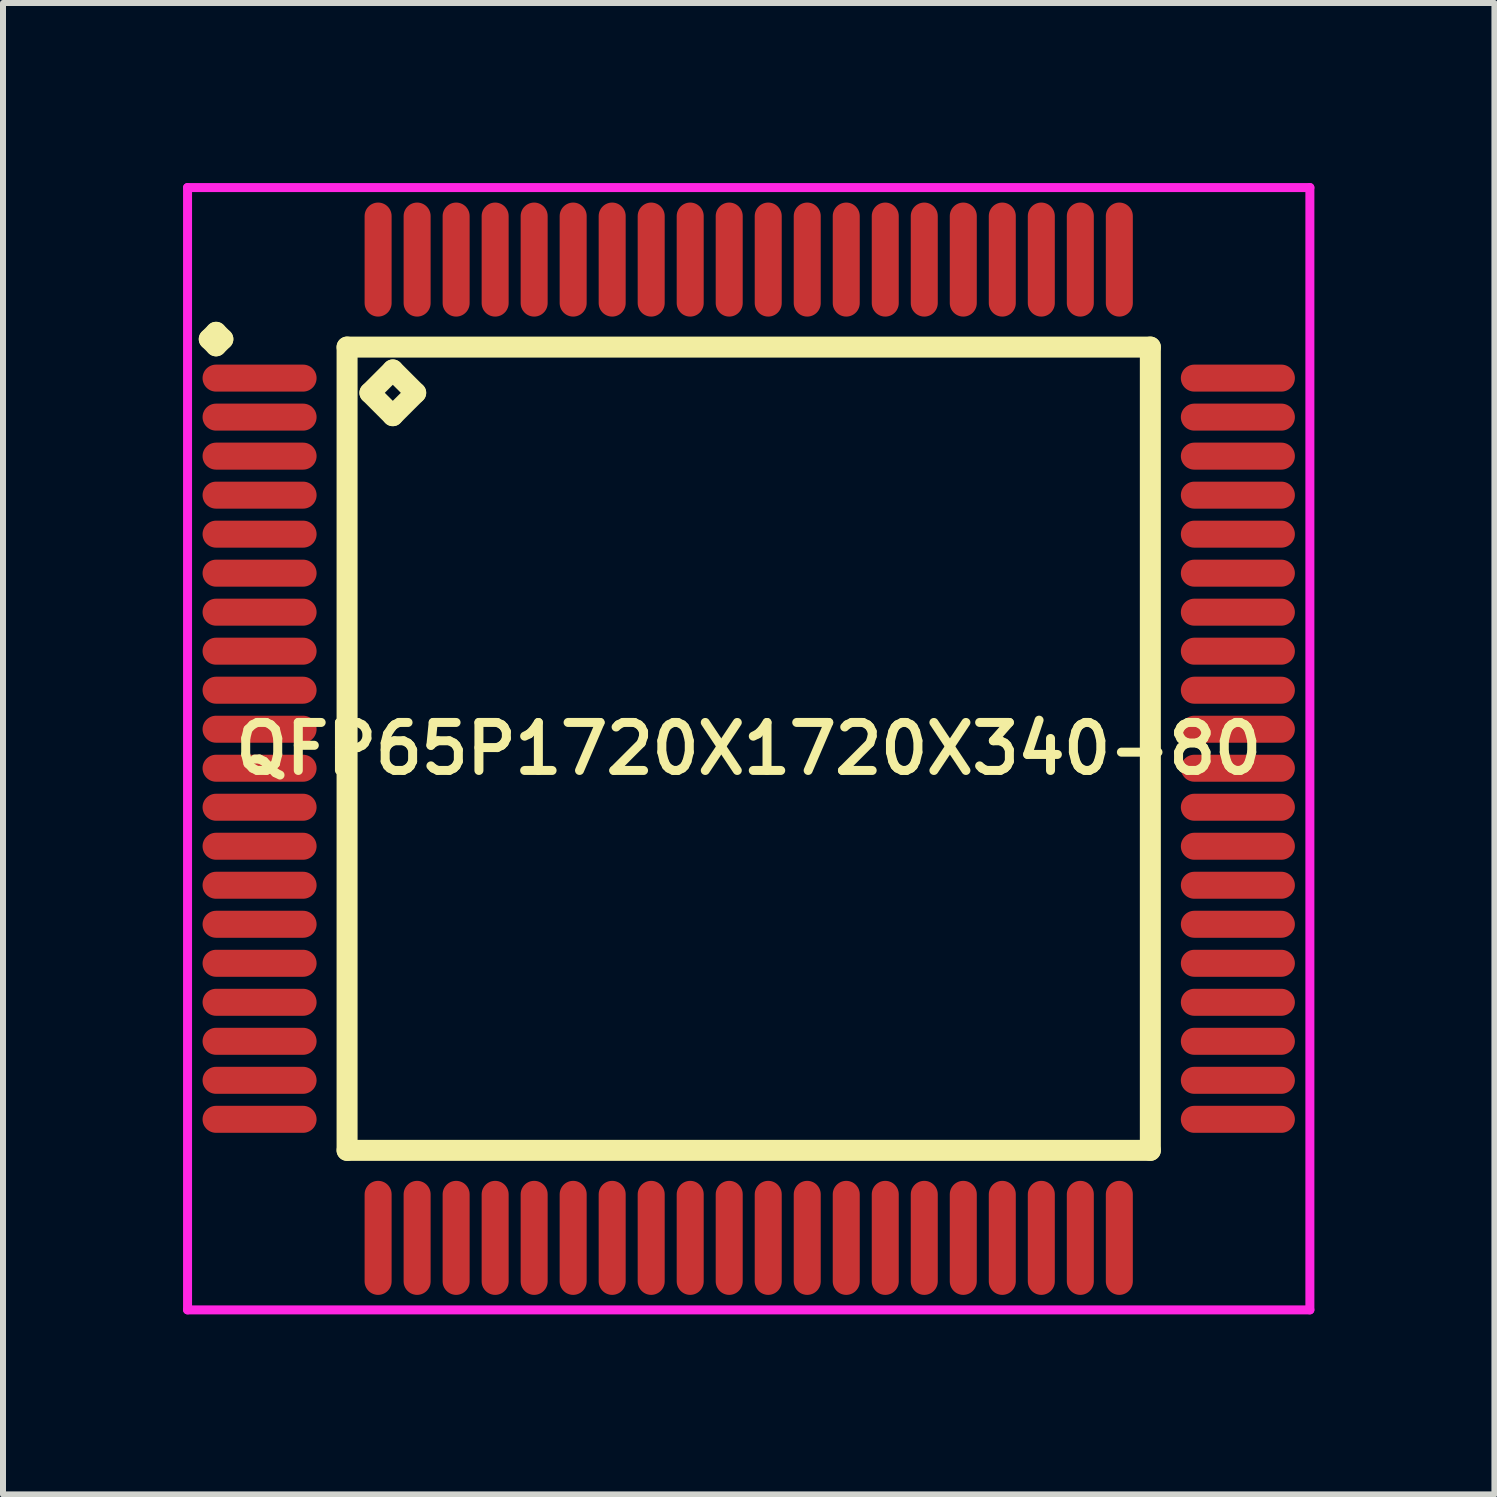
<source format=kicad_pcb>
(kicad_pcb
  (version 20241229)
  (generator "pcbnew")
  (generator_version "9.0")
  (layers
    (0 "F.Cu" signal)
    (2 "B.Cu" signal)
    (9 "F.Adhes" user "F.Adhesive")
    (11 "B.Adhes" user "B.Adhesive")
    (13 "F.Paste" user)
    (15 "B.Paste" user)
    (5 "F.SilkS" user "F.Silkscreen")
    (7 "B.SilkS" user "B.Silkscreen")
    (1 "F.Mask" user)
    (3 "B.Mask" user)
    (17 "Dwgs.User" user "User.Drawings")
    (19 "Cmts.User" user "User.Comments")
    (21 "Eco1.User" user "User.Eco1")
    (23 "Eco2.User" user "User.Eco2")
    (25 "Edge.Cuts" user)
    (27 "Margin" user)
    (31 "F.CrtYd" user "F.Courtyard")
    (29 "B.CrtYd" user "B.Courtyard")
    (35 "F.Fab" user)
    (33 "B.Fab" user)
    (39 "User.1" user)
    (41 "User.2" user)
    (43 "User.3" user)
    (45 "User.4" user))
  (footprint "QFP65P1720X1720X340-80"
    (layer "F.Cu")
    (at 9.425 9.425)
    (property "Reference" "QFP65P1720X1720X340-80" (at 0 0 0) (layer "F.SilkS") (effects (font (size 0.8 0.8) (thickness 0.15))))
    (attr smd)
    (fp_line (start -8.988 -6.825) (end -8.875 -6.938) (stroke (width 0.35) (type solid)) (layer "F.SilkS"))
    (fp_line (start -8.875 -6.938) (end -8.762 -6.825) (stroke (width 0.35) (type solid)) (layer "F.SilkS"))
    (fp_line (start -8.875 -6.713) (end -8.988 -6.825) (stroke (width 0.35) (type solid)) (layer "F.SilkS"))
    (fp_line (start -8.762 -6.825) (end -8.875 -6.713) (stroke (width 0.35) (type solid)) (layer "F.SilkS"))
    (fp_line (start -6.692 -6.692) (end -6.692 6.692) (stroke (width 0.35) (type solid)) (layer "F.SilkS"))
    (fp_line (start -6.692 6.692) (end 6.692 6.692) (stroke (width 0.35) (type solid)) (layer "F.SilkS"))
    (fp_line (start -6.311 -5.93) (end -5.93 -6.311) (stroke (width 0.35) (type solid)) (layer "F.SilkS"))
    (fp_line (start -5.93 -6.311) (end -5.549 -5.93) (stroke (width 0.35) (type solid)) (layer "F.SilkS"))
    (fp_line (start -5.93 -5.549) (end -6.311 -5.93) (stroke (width 0.35) (type solid)) (layer "F.SilkS"))
    (fp_line (start -5.549 -5.93) (end -5.93 -5.549) (stroke (width 0.35) (type solid)) (layer "F.SilkS"))
    (fp_line (start 6.692 -6.692) (end -6.692 -6.692) (stroke (width 0.35) (type solid)) (layer "F.SilkS"))
    (fp_line (start 6.692 6.692) (end 6.692 -6.692) (stroke (width 0.35) (type solid)) (layer "F.SilkS"))
    (fp_line (start -9.35 -9.35) (end 9.35 -9.35) (stroke (width 0.15) (type solid)) (layer "F.CrtYd"))
    (fp_line (start -9.35 9.35) (end -9.35 -9.35) (stroke (width 0.15) (type solid)) (layer "F.CrtYd"))
    (fp_line (start 9.35 -9.35) (end 9.35 9.35) (stroke (width 0.15) (type solid)) (layer "F.CrtYd"))
    (fp_line (start 9.35 9.35) (end -9.35 9.35) (stroke (width 0.15) (type solid)) (layer "F.CrtYd"))
    (pad "1" smd oval (at -8.15 -6.175) (size 1.9 0.45) (layers "F.Cu" "F.Mask" "F.Paste"))
    (pad "2" smd oval (at -8.15 -5.525) (size 1.9 0.45) (layers "F.Cu" "F.Mask" "F.Paste"))
    (pad "3" smd oval (at -8.15 -4.875) (size 1.9 0.45) (layers "F.Cu" "F.Mask" "F.Paste"))
    (pad "4" smd oval (at -8.15 -4.225) (size 1.9 0.45) (layers "F.Cu" "F.Mask" "F.Paste"))
    (pad "5" smd oval (at -8.15 -3.575) (size 1.9 0.45) (layers "F.Cu" "F.Mask" "F.Paste"))
    (pad "6" smd oval (at -8.15 -2.925) (size 1.9 0.45) (layers "F.Cu" "F.Mask" "F.Paste"))
    (pad "7" smd oval (at -8.15 -2.275) (size 1.9 0.45) (layers "F.Cu" "F.Mask" "F.Paste"))
    (pad "8" smd oval (at -8.15 -1.625) (size 1.9 0.45) (layers "F.Cu" "F.Mask" "F.Paste"))
    (pad "9" smd oval (at -8.15 -0.975) (size 1.9 0.45) (layers "F.Cu" "F.Mask" "F.Paste"))
    (pad "10" smd oval (at -8.15 -0.325) (size 1.9 0.45) (layers "F.Cu" "F.Mask" "F.Paste"))
    (pad "11" smd oval (at -8.15 0.325) (size 1.9 0.45) (layers "F.Cu" "F.Mask" "F.Paste"))
    (pad "12" smd oval (at -8.15 0.975) (size 1.9 0.45) (layers "F.Cu" "F.Mask" "F.Paste"))
    (pad "13" smd oval (at -8.15 1.625) (size 1.9 0.45) (layers "F.Cu" "F.Mask" "F.Paste"))
    (pad "14" smd oval (at -8.15 2.275) (size 1.9 0.45) (layers "F.Cu" "F.Mask" "F.Paste"))
    (pad "15" smd oval (at -8.15 2.925) (size 1.9 0.45) (layers "F.Cu" "F.Mask" "F.Paste"))
    (pad "16" smd oval (at -8.15 3.575) (size 1.9 0.45) (layers "F.Cu" "F.Mask" "F.Paste"))
    (pad "17" smd oval (at -8.15 4.225) (size 1.9 0.45) (layers "F.Cu" "F.Mask" "F.Paste"))
    (pad "18" smd oval (at -8.15 4.875) (size 1.9 0.45) (layers "F.Cu" "F.Mask" "F.Paste"))
    (pad "19" smd oval (at -8.15 5.525) (size 1.9 0.45) (layers "F.Cu" "F.Mask" "F.Paste"))
    (pad "20" smd oval (at -8.15 6.175) (size 1.9 0.45) (layers "F.Cu" "F.Mask" "F.Paste"))
    (pad "21" smd oval (at -6.175 8.15) (size 0.45 1.9) (layers "F.Cu" "F.Mask" "F.Paste"))
    (pad "22" smd oval (at -5.525 8.15) (size 0.45 1.9) (layers "F.Cu" "F.Mask" "F.Paste"))
    (pad "23" smd oval (at -4.875 8.15) (size 0.45 1.9) (layers "F.Cu" "F.Mask" "F.Paste"))
    (pad "24" smd oval (at -4.225 8.15) (size 0.45 1.9) (layers "F.Cu" "F.Mask" "F.Paste"))
    (pad "25" smd oval (at -3.575 8.15) (size 0.45 1.9) (layers "F.Cu" "F.Mask" "F.Paste"))
    (pad "26" smd oval (at -2.925 8.15) (size 0.45 1.9) (layers "F.Cu" "F.Mask" "F.Paste"))
    (pad "27" smd oval (at -2.275 8.15) (size 0.45 1.9) (layers "F.Cu" "F.Mask" "F.Paste"))
    (pad "28" smd oval (at -1.625 8.15) (size 0.45 1.9) (layers "F.Cu" "F.Mask" "F.Paste"))
    (pad "29" smd oval (at -0.975 8.15) (size 0.45 1.9) (layers "F.Cu" "F.Mask" "F.Paste"))
    (pad "30" smd oval (at -0.325 8.15) (size 0.45 1.9) (layers "F.Cu" "F.Mask" "F.Paste"))
    (pad "31" smd oval (at 0.325 8.15) (size 0.45 1.9) (layers "F.Cu" "F.Mask" "F.Paste"))
    (pad "32" smd oval (at 0.975 8.15) (size 0.45 1.9) (layers "F.Cu" "F.Mask" "F.Paste"))
    (pad "33" smd oval (at 1.625 8.15) (size 0.45 1.9) (layers "F.Cu" "F.Mask" "F.Paste"))
    (pad "34" smd oval (at 2.275 8.15) (size 0.45 1.9) (layers "F.Cu" "F.Mask" "F.Paste"))
    (pad "35" smd oval (at 2.925 8.15) (size 0.45 1.9) (layers "F.Cu" "F.Mask" "F.Paste"))
    (pad "36" smd oval (at 3.575 8.15) (size 0.45 1.9) (layers "F.Cu" "F.Mask" "F.Paste"))
    (pad "37" smd oval (at 4.225 8.15) (size 0.45 1.9) (layers "F.Cu" "F.Mask" "F.Paste"))
    (pad "38" smd oval (at 4.875 8.15) (size 0.45 1.9) (layers "F.Cu" "F.Mask" "F.Paste"))
    (pad "39" smd oval (at 5.525 8.15) (size 0.45 1.9) (layers "F.Cu" "F.Mask" "F.Paste"))
    (pad "40" smd oval (at 6.175 8.15) (size 0.45 1.9) (layers "F.Cu" "F.Mask" "F.Paste"))
    (pad "41" smd oval (at 8.15 6.175) (size 1.9 0.45) (layers "F.Cu" "F.Mask" "F.Paste"))
    (pad "42" smd oval (at 8.15 5.525) (size 1.9 0.45) (layers "F.Cu" "F.Mask" "F.Paste"))
    (pad "43" smd oval (at 8.15 4.875) (size 1.9 0.45) (layers "F.Cu" "F.Mask" "F.Paste"))
    (pad "44" smd oval (at 8.15 4.225) (size 1.9 0.45) (layers "F.Cu" "F.Mask" "F.Paste"))
    (pad "45" smd oval (at 8.15 3.575) (size 1.9 0.45) (layers "F.Cu" "F.Mask" "F.Paste"))
    (pad "46" smd oval (at 8.15 2.925) (size 1.9 0.45) (layers "F.Cu" "F.Mask" "F.Paste"))
    (pad "47" smd oval (at 8.15 2.275) (size 1.9 0.45) (layers "F.Cu" "F.Mask" "F.Paste"))
    (pad "48" smd oval (at 8.15 1.625) (size 1.9 0.45) (layers "F.Cu" "F.Mask" "F.Paste"))
    (pad "49" smd oval (at 8.15 0.975) (size 1.9 0.45) (layers "F.Cu" "F.Mask" "F.Paste"))
    (pad "50" smd oval (at 8.15 0.325) (size 1.9 0.45) (layers "F.Cu" "F.Mask" "F.Paste"))
    (pad "51" smd oval (at 8.15 -0.325) (size 1.9 0.45) (layers "F.Cu" "F.Mask" "F.Paste"))
    (pad "52" smd oval (at 8.15 -0.975) (size 1.9 0.45) (layers "F.Cu" "F.Mask" "F.Paste"))
    (pad "53" smd oval (at 8.15 -1.625) (size 1.9 0.45) (layers "F.Cu" "F.Mask" "F.Paste"))
    (pad "54" smd oval (at 8.15 -2.275) (size 1.9 0.45) (layers "F.Cu" "F.Mask" "F.Paste"))
    (pad "55" smd oval (at 8.15 -2.925) (size 1.9 0.45) (layers "F.Cu" "F.Mask" "F.Paste"))
    (pad "56" smd oval (at 8.15 -3.575) (size 1.9 0.45) (layers "F.Cu" "F.Mask" "F.Paste"))
    (pad "57" smd oval (at 8.15 -4.225) (size 1.9 0.45) (layers "F.Cu" "F.Mask" "F.Paste"))
    (pad "58" smd oval (at 8.15 -4.875) (size 1.9 0.45) (layers "F.Cu" "F.Mask" "F.Paste"))
    (pad "59" smd oval (at 8.15 -5.525) (size 1.9 0.45) (layers "F.Cu" "F.Mask" "F.Paste"))
    (pad "60" smd oval (at 8.15 -6.175) (size 1.9 0.45) (layers "F.Cu" "F.Mask" "F.Paste"))
    (pad "61" smd oval (at 6.175 -8.15) (size 0.45 1.9) (layers "F.Cu" "F.Mask" "F.Paste"))
    (pad "62" smd oval (at 5.525 -8.15) (size 0.45 1.9) (layers "F.Cu" "F.Mask" "F.Paste"))
    (pad "63" smd oval (at 4.875 -8.15) (size 0.45 1.9) (layers "F.Cu" "F.Mask" "F.Paste"))
    (pad "64" smd oval (at 4.225 -8.15) (size 0.45 1.9) (layers "F.Cu" "F.Mask" "F.Paste"))
    (pad "65" smd oval (at 3.575 -8.15) (size 0.45 1.9) (layers "F.Cu" "F.Mask" "F.Paste"))
    (pad "66" smd oval (at 2.925 -8.15) (size 0.45 1.9) (layers "F.Cu" "F.Mask" "F.Paste"))
    (pad "67" smd oval (at 2.275 -8.15) (size 0.45 1.9) (layers "F.Cu" "F.Mask" "F.Paste"))
    (pad "68" smd oval (at 1.625 -8.15) (size 0.45 1.9) (layers "F.Cu" "F.Mask" "F.Paste"))
    (pad "69" smd oval (at 0.975 -8.15) (size 0.45 1.9) (layers "F.Cu" "F.Mask" "F.Paste"))
    (pad "70" smd oval (at 0.325 -8.15) (size 0.45 1.9) (layers "F.Cu" "F.Mask" "F.Paste"))
    (pad "71" smd oval (at -0.325 -8.15) (size 0.45 1.9) (layers "F.Cu" "F.Mask" "F.Paste"))
    (pad "72" smd oval (at -0.975 -8.15) (size 0.45 1.9) (layers "F.Cu" "F.Mask" "F.Paste"))
    (pad "73" smd oval (at -1.625 -8.15) (size 0.45 1.9) (layers "F.Cu" "F.Mask" "F.Paste"))
    (pad "74" smd oval (at -2.275 -8.15) (size 0.45 1.9) (layers "F.Cu" "F.Mask" "F.Paste"))
    (pad "75" smd oval (at -2.925 -8.15) (size 0.45 1.9) (layers "F.Cu" "F.Mask" "F.Paste"))
    (pad "76" smd oval (at -3.575 -8.15) (size 0.45 1.9) (layers "F.Cu" "F.Mask" "F.Paste"))
    (pad "77" smd oval (at -4.225 -8.15) (size 0.45 1.9) (layers "F.Cu" "F.Mask" "F.Paste"))
    (pad "78" smd oval (at -4.875 -8.15) (size 0.45 1.9) (layers "F.Cu" "F.Mask" "F.Paste"))
    (pad "79" smd oval (at -5.525 -8.15) (size 0.45 1.9) (layers "F.Cu" "F.Mask" "F.Paste"))
    (pad "80" smd oval (at -6.175 -8.15) (size 0.45 1.9) (layers "F.Cu" "F.Mask" "F.Paste")))
  (gr_rect
    (start -3 -3)
    (end 21.85 21.85)
    (stroke (width 0.1) (type default))
    (fill no)
    (layer "Edge.Cuts")))
</source>
